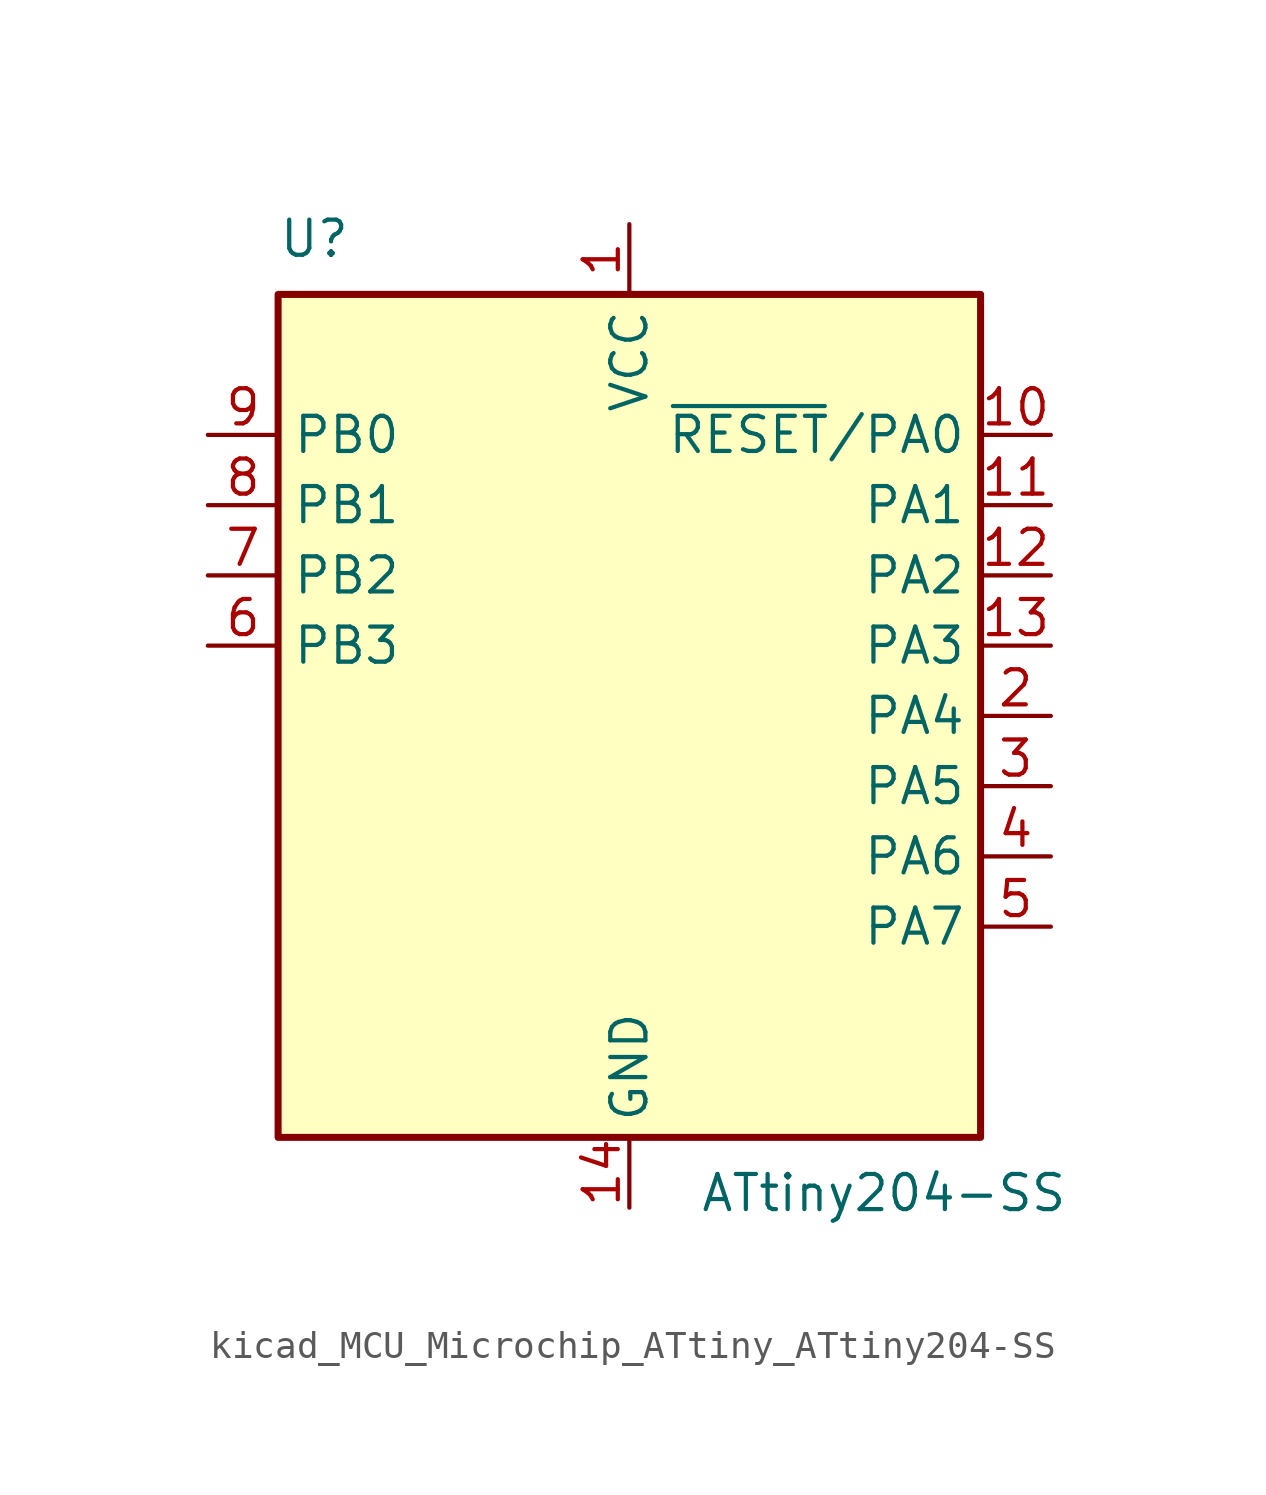
<source format=kicad_sym>
(kicad_symbol_lib
  (version 20220914)
  (generator kicad_symbol_editor)
  (symbol "kicad_MCU_Microchip_ATtiny_ATtiny204-SS"
    (property "Reference" "U"
      (at -12.7 16.51 0)
      (effects (font (size 1.27 1.27)) (justify left bottom)))
    (property "Value" "ATtiny204-SS"
      (at 2.54 -16.51 0)
      (effects (font (size 1.27 1.27)) (justify left top)))
    (symbol "kicad_MCU_Microchip_ATtiny_ATtiny204-SS_0_1"
      (rectangle (start -12.7 -15.24) (end 12.7 15.24) (stroke (width 0.254) (type default)) (fill (type background))))
    (symbol "kicad_MCU_Microchip_ATtiny_ATtiny204-SS_1_1"
      (pin power_in line (at 0 17.78 270) (length 2.54) (name "VCC" (effects (font (size 1.27 1.27)))) (number "1" (effects (font (size 1.27 1.27)))))
      (pin bidirectional line (at 15.24 10.16 180) (length 2.54) (name "~{RESET}/PA0" (effects (font (size 1.27 1.27)))) (number "10" (effects (font (size 1.27 1.27)))))
      (pin bidirectional line (at 15.24 7.62 180) (length 2.54) (name "PA1" (effects (font (size 1.27 1.27)))) (number "11" (effects (font (size 1.27 1.27)))))
      (pin bidirectional line (at 15.24 5.08 180) (length 2.54) (name "PA2" (effects (font (size 1.27 1.27)))) (number "12" (effects (font (size 1.27 1.27)))))
      (pin bidirectional line (at 15.24 2.54 180) (length 2.54) (name "PA3" (effects (font (size 1.27 1.27)))) (number "13" (effects (font (size 1.27 1.27)))))
      (pin power_in line (at 0 -17.78 90) (length 2.54) (name "GND" (effects (font (size 1.27 1.27)))) (number "14" (effects (font (size 1.27 1.27)))))
      (pin bidirectional line (at 15.24 0 180) (length 2.54) (name "PA4" (effects (font (size 1.27 1.27)))) (number "2" (effects (font (size 1.27 1.27)))))
      (pin bidirectional line (at 15.24 -2.54 180) (length 2.54) (name "PA5" (effects (font (size 1.27 1.27)))) (number "3" (effects (font (size 1.27 1.27)))))
      (pin bidirectional line (at 15.24 -5.08 180) (length 2.54) (name "PA6" (effects (font (size 1.27 1.27)))) (number "4" (effects (font (size 1.27 1.27)))))
      (pin bidirectional line (at 15.24 -7.62 180) (length 2.54) (name "PA7" (effects (font (size 1.27 1.27)))) (number "5" (effects (font (size 1.27 1.27)))))
      (pin bidirectional line (at -15.24 2.54 0) (length 2.54) (name "PB3" (effects (font (size 1.27 1.27)))) (number "6" (effects (font (size 1.27 1.27)))))
      (pin bidirectional line (at -15.24 5.08 0) (length 2.54) (name "PB2" (effects (font (size 1.27 1.27)))) (number "7" (effects (font (size 1.27 1.27)))))
      (pin bidirectional line (at -15.24 7.62 0) (length 2.54) (name "PB1" (effects (font (size 1.27 1.27)))) (number "8" (effects (font (size 1.27 1.27)))))
      (pin bidirectional line (at -15.24 10.16 0) (length 2.54) (name "PB0" (effects (font (size 1.27 1.27)))) (number "9" (effects (font (size 1.27 1.27))))))))
</source>
